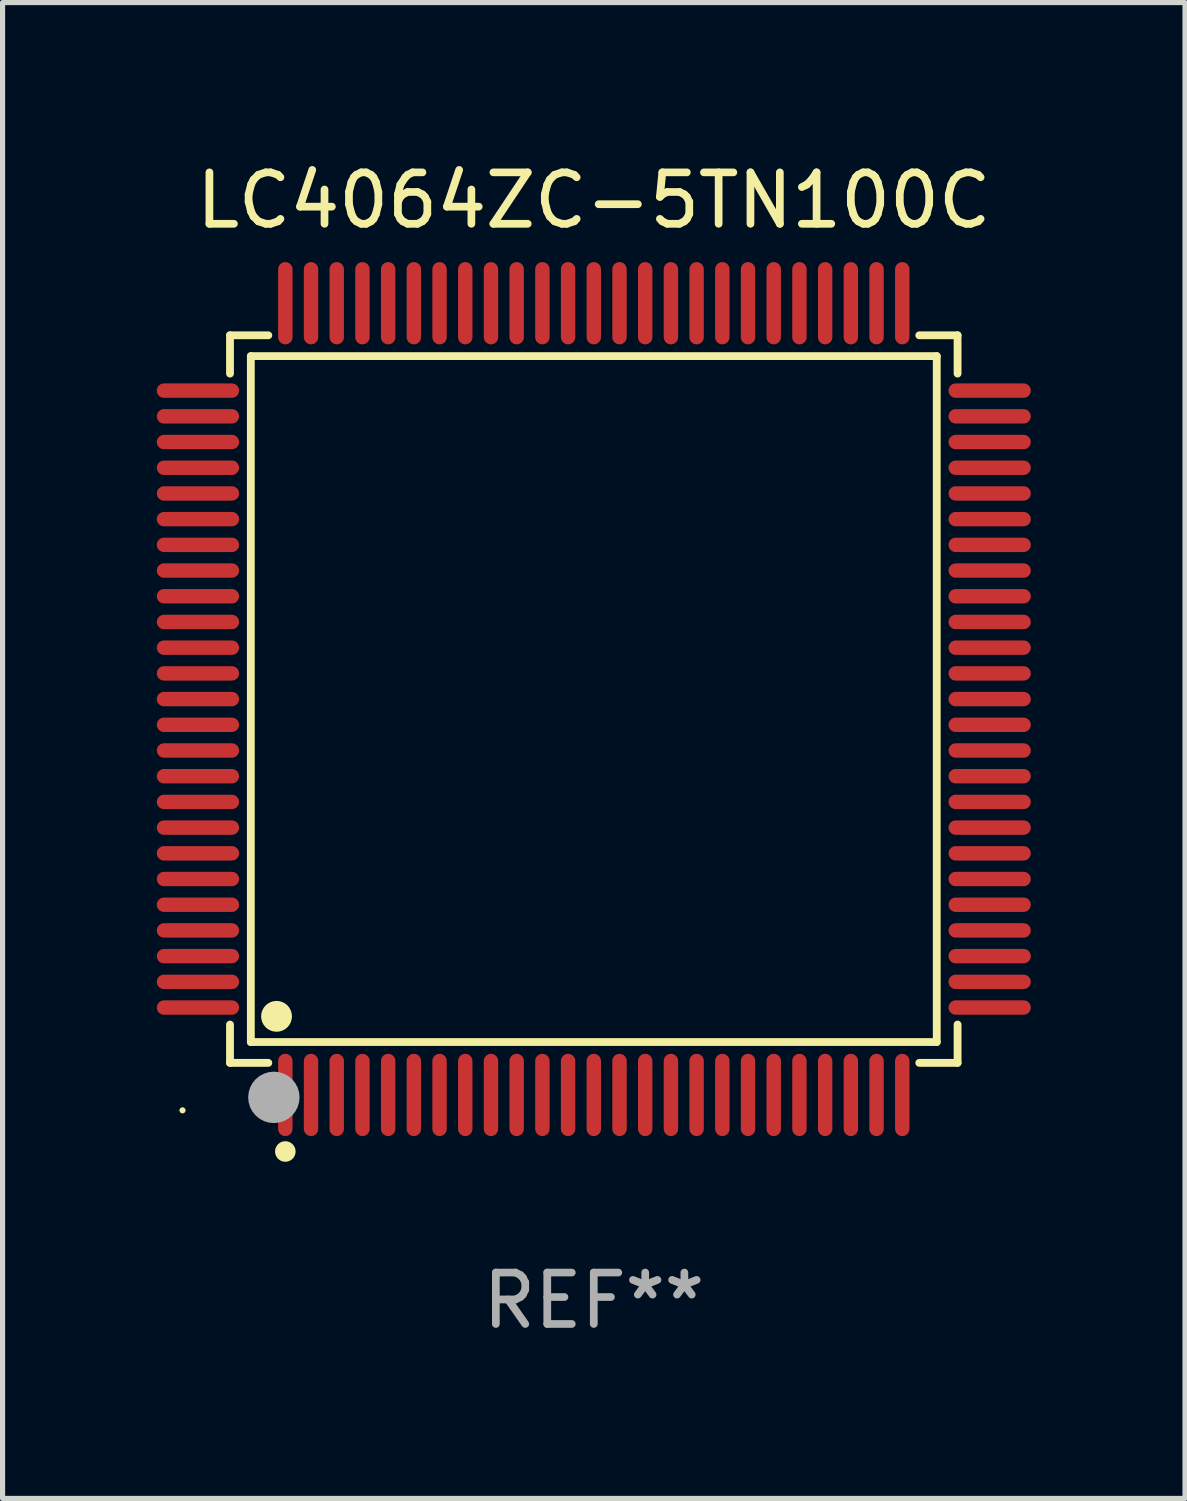
<source format=kicad_pcb>
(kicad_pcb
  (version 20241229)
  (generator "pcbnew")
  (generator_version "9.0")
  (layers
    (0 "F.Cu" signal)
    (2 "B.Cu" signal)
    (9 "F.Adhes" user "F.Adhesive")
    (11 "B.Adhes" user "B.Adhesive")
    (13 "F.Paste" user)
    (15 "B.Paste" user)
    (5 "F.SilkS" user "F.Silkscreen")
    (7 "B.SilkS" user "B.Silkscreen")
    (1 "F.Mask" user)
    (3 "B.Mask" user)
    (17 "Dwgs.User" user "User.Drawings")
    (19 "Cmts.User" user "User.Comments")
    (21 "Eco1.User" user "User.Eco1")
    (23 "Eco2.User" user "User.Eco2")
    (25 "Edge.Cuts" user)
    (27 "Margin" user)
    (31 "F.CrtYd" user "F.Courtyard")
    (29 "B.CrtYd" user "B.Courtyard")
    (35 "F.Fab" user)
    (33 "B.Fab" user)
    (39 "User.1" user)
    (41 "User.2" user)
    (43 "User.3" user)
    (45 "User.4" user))
  (footprint "LC4064ZC-5TN100C"
    (layer "F.Cu")
    (at 8.5 10.548)
    (property "Reference" "LC4064ZC-5TN100C" (at 0 -9.7 0) (layer "F.SilkS") (effects (font (size 1 1) (thickness 0.15))))
    (attr through_hole)
    (fp_line (start -7.076 -7.076) (end -6.331 -7.076) (stroke (width 0.152) (type solid)) (layer "F.SilkS"))
    (fp_line (start -7.076 -6.331) (end -7.076 -7.076) (stroke (width 0.152) (type solid)) (layer "F.SilkS"))
    (fp_line (start -7.076 6.331) (end -7.076 7.076) (stroke (width 0.152) (type solid)) (layer "F.SilkS"))
    (fp_line (start -7.076 7.076) (end -6.331 7.076) (stroke (width 0.152) (type solid)) (layer "F.SilkS"))
    (fp_line (start -6.671 -6.671) (end 6.671 -6.671) (stroke (width 0.152) (type solid)) (layer "F.SilkS"))
    (fp_line (start -6.671 6.671) (end -6.671 -6.671) (stroke (width 0.152) (type solid)) (layer "F.SilkS"))
    (fp_line (start 6.671 -6.671) (end 6.671 6.671) (stroke (width 0.152) (type solid)) (layer "F.SilkS"))
    (fp_line (start 6.671 6.671) (end -6.671 6.671) (stroke (width 0.152) (type solid)) (layer "F.SilkS"))
    (fp_line (start 7.076 -7.076) (end 6.331 -7.076) (stroke (width 0.152) (type solid)) (layer "F.SilkS"))
    (fp_line (start 7.076 -6.331) (end 7.076 -7.076) (stroke (width 0.152) (type solid)) (layer "F.SilkS"))
    (fp_line (start 7.076 6.331) (end 7.076 7.076) (stroke (width 0.152) (type solid)) (layer "F.SilkS"))
    (fp_line (start 7.076 7.076) (end 6.331 7.076) (stroke (width 0.152) (type solid)) (layer "F.SilkS"))
    (fp_circle (center -8 8) (end -7.97 8) (stroke (width 0.06) (type solid)) (fill no) (layer "F.SilkS"))
    (fp_circle (center -6.171 6.171) (end -6.021 6.171) (stroke (width 0.3) (type solid)) (fill no) (layer "F.SilkS"))
    (fp_circle (center -6 8.8) (end -5.9 8.8) (stroke (width 0.2) (type solid)) (fill no) (layer "F.SilkS"))
    (fp_circle (center -6.223 7.747) (end -5.973 7.747) (stroke (width 0.5) (type solid)) (fill no) (layer "F.Fab"))
    (fp_text user "REF**" (at 0 11.7 0) (layer "F.Fab") (effects (font (size 1 1) (thickness 0.15))))
    (pad "1" smd oval (at -6 7.7) (size 0.28 1.6) (layers "F.Cu" "F.Mask" "F.Paste"))
    (pad "2" smd oval (at -5.5 7.7) (size 0.28 1.6) (layers "F.Cu" "F.Mask" "F.Paste"))
    (pad "3" smd oval (at -5 7.7) (size 0.28 1.6) (layers "F.Cu" "F.Mask" "F.Paste"))
    (pad "4" smd oval (at -4.5 7.7) (size 0.28 1.6) (layers "F.Cu" "F.Mask" "F.Paste"))
    (pad "5" smd oval (at -4 7.7) (size 0.28 1.6) (layers "F.Cu" "F.Mask" "F.Paste"))
    (pad "6" smd oval (at -3.5 7.7) (size 0.28 1.6) (layers "F.Cu" "F.Mask" "F.Paste"))
    (pad "7" smd oval (at -3 7.7) (size 0.28 1.6) (layers "F.Cu" "F.Mask" "F.Paste"))
    (pad "8" smd oval (at -2.5 7.7) (size 0.28 1.6) (layers "F.Cu" "F.Mask" "F.Paste"))
    (pad "9" smd oval (at -2 7.7) (size 0.28 1.6) (layers "F.Cu" "F.Mask" "F.Paste"))
    (pad "10" smd oval (at -1.5 7.7) (size 0.28 1.6) (layers "F.Cu" "F.Mask" "F.Paste"))
    (pad "11" smd oval (at -1 7.7) (size 0.28 1.6) (layers "F.Cu" "F.Mask" "F.Paste"))
    (pad "12" smd oval (at -0.5 7.7) (size 0.28 1.6) (layers "F.Cu" "F.Mask" "F.Paste"))
    (pad "13" smd oval (at 0 7.7) (size 0.28 1.6) (layers "F.Cu" "F.Mask" "F.Paste"))
    (pad "14" smd oval (at 0.5 7.7) (size 0.28 1.6) (layers "F.Cu" "F.Mask" "F.Paste"))
    (pad "15" smd oval (at 1 7.7) (size 0.28 1.6) (layers "F.Cu" "F.Mask" "F.Paste"))
    (pad "16" smd oval (at 1.5 7.7) (size 0.28 1.6) (layers "F.Cu" "F.Mask" "F.Paste"))
    (pad "17" smd oval (at 2 7.7) (size 0.28 1.6) (layers "F.Cu" "F.Mask" "F.Paste"))
    (pad "18" smd oval (at 2.5 7.7) (size 0.28 1.6) (layers "F.Cu" "F.Mask" "F.Paste"))
    (pad "19" smd oval (at 3 7.7) (size 0.28 1.6) (layers "F.Cu" "F.Mask" "F.Paste"))
    (pad "20" smd oval (at 3.5 7.7) (size 0.28 1.6) (layers "F.Cu" "F.Mask" "F.Paste"))
    (pad "21" smd oval (at 4 7.7) (size 0.28 1.6) (layers "F.Cu" "F.Mask" "F.Paste"))
    (pad "22" smd oval (at 4.5 7.7) (size 0.28 1.6) (layers "F.Cu" "F.Mask" "F.Paste"))
    (pad "23" smd oval (at 5 7.7) (size 0.28 1.6) (layers "F.Cu" "F.Mask" "F.Paste"))
    (pad "24" smd oval (at 5.5 7.7) (size 0.28 1.6) (layers "F.Cu" "F.Mask" "F.Paste"))
    (pad "25" smd oval (at 6 7.7) (size 0.28 1.6) (layers "F.Cu" "F.Mask" "F.Paste"))
    (pad "26" smd oval (at 7.7 6) (size 1.6 0.28) (layers "F.Cu" "F.Mask" "F.Paste"))
    (pad "27" smd oval (at 7.7 5.5) (size 1.6 0.28) (layers "F.Cu" "F.Mask" "F.Paste"))
    (pad "28" smd oval (at 7.7 5) (size 1.6 0.28) (layers "F.Cu" "F.Mask" "F.Paste"))
    (pad "29" smd oval (at 7.7 4.5) (size 1.6 0.28) (layers "F.Cu" "F.Mask" "F.Paste"))
    (pad "30" smd oval (at 7.7 4) (size 1.6 0.28) (layers "F.Cu" "F.Mask" "F.Paste"))
    (pad "31" smd oval (at 7.7 3.5) (size 1.6 0.28) (layers "F.Cu" "F.Mask" "F.Paste"))
    (pad "32" smd oval (at 7.7 3) (size 1.6 0.28) (layers "F.Cu" "F.Mask" "F.Paste"))
    (pad "33" smd oval (at 7.7 2.5) (size 1.6 0.28) (layers "F.Cu" "F.Mask" "F.Paste"))
    (pad "34" smd oval (at 7.7 2) (size 1.6 0.28) (layers "F.Cu" "F.Mask" "F.Paste"))
    (pad "35" smd oval (at 7.7 1.5) (size 1.6 0.28) (layers "F.Cu" "F.Mask" "F.Paste"))
    (pad "36" smd oval (at 7.7 1) (size 1.6 0.28) (layers "F.Cu" "F.Mask" "F.Paste"))
    (pad "37" smd oval (at 7.7 0.5) (size 1.6 0.28) (layers "F.Cu" "F.Mask" "F.Paste"))
    (pad "38" smd oval (at 7.7 0) (size 1.6 0.28) (layers "F.Cu" "F.Mask" "F.Paste"))
    (pad "39" smd oval (at 7.7 -0.5) (size 1.6 0.28) (layers "F.Cu" "F.Mask" "F.Paste"))
    (pad "40" smd oval (at 7.7 -1) (size 1.6 0.28) (layers "F.Cu" "F.Mask" "F.Paste"))
    (pad "41" smd oval (at 7.7 -1.5) (size 1.6 0.28) (layers "F.Cu" "F.Mask" "F.Paste"))
    (pad "42" smd oval (at 7.7 -2) (size 1.6 0.28) (layers "F.Cu" "F.Mask" "F.Paste"))
    (pad "43" smd oval (at 7.7 -2.5) (size 1.6 0.28) (layers "F.Cu" "F.Mask" "F.Paste"))
    (pad "44" smd oval (at 7.7 -3) (size 1.6 0.28) (layers "F.Cu" "F.Mask" "F.Paste"))
    (pad "45" smd oval (at 7.7 -3.5) (size 1.6 0.28) (layers "F.Cu" "F.Mask" "F.Paste"))
    (pad "46" smd oval (at 7.7 -4) (size 1.6 0.28) (layers "F.Cu" "F.Mask" "F.Paste"))
    (pad "47" smd oval (at 7.7 -4.5) (size 1.6 0.28) (layers "F.Cu" "F.Mask" "F.Paste"))
    (pad "48" smd oval (at 7.7 -5) (size 1.6 0.28) (layers "F.Cu" "F.Mask" "F.Paste"))
    (pad "49" smd oval (at 7.7 -5.5) (size 1.6 0.28) (layers "F.Cu" "F.Mask" "F.Paste"))
    (pad "50" smd oval (at 7.7 -6) (size 1.6 0.28) (layers "F.Cu" "F.Mask" "F.Paste"))
    (pad "51" smd oval (at 6 -7.7) (size 0.28 1.6) (layers "F.Cu" "F.Mask" "F.Paste"))
    (pad "52" smd oval (at 5.5 -7.7) (size 0.28 1.6) (layers "F.Cu" "F.Mask" "F.Paste"))
    (pad "53" smd oval (at 5 -7.7) (size 0.28 1.6) (layers "F.Cu" "F.Mask" "F.Paste"))
    (pad "54" smd oval (at 4.5 -7.7) (size 0.28 1.6) (layers "F.Cu" "F.Mask" "F.Paste"))
    (pad "55" smd oval (at 4 -7.7) (size 0.28 1.6) (layers "F.Cu" "F.Mask" "F.Paste"))
    (pad "56" smd oval (at 3.5 -7.7) (size 0.28 1.6) (layers "F.Cu" "F.Mask" "F.Paste"))
    (pad "57" smd oval (at 3 -7.7) (size 0.28 1.6) (layers "F.Cu" "F.Mask" "F.Paste"))
    (pad "58" smd oval (at 2.5 -7.7) (size 0.28 1.6) (layers "F.Cu" "F.Mask" "F.Paste"))
    (pad "59" smd oval (at 2 -7.7) (size 0.28 1.6) (layers "F.Cu" "F.Mask" "F.Paste"))
    (pad "60" smd oval (at 1.5 -7.7) (size 0.28 1.6) (layers "F.Cu" "F.Mask" "F.Paste"))
    (pad "61" smd oval (at 1 -7.7) (size 0.28 1.6) (layers "F.Cu" "F.Mask" "F.Paste"))
    (pad "62" smd oval (at 0.5 -7.7) (size 0.28 1.6) (layers "F.Cu" "F.Mask" "F.Paste"))
    (pad "63" smd oval (at 0 -7.7) (size 0.28 1.6) (layers "F.Cu" "F.Mask" "F.Paste"))
    (pad "64" smd oval (at -0.5 -7.7) (size 0.28 1.6) (layers "F.Cu" "F.Mask" "F.Paste"))
    (pad "65" smd oval (at -1 -7.7) (size 0.28 1.6) (layers "F.Cu" "F.Mask" "F.Paste"))
    (pad "66" smd oval (at -1.5 -7.7) (size 0.28 1.6) (layers "F.Cu" "F.Mask" "F.Paste"))
    (pad "67" smd oval (at -2 -7.7) (size 0.28 1.6) (layers "F.Cu" "F.Mask" "F.Paste"))
    (pad "68" smd oval (at -2.5 -7.7) (size 0.28 1.6) (layers "F.Cu" "F.Mask" "F.Paste"))
    (pad "69" smd oval (at -3 -7.7) (size 0.28 1.6) (layers "F.Cu" "F.Mask" "F.Paste"))
    (pad "70" smd oval (at -3.5 -7.7) (size 0.28 1.6) (layers "F.Cu" "F.Mask" "F.Paste"))
    (pad "71" smd oval (at -4 -7.7) (size 0.28 1.6) (layers "F.Cu" "F.Mask" "F.Paste"))
    (pad "72" smd oval (at -4.5 -7.7) (size 0.28 1.6) (layers "F.Cu" "F.Mask" "F.Paste"))
    (pad "73" smd oval (at -5 -7.7) (size 0.28 1.6) (layers "F.Cu" "F.Mask" "F.Paste"))
    (pad "74" smd oval (at -5.5 -7.7) (size 0.28 1.6) (layers "F.Cu" "F.Mask" "F.Paste"))
    (pad "75" smd oval (at -6 -7.7) (size 0.28 1.6) (layers "F.Cu" "F.Mask" "F.Paste"))
    (pad "76" smd oval (at -7.7 -6) (size 1.6 0.28) (layers "F.Cu" "F.Mask" "F.Paste"))
    (pad "77" smd oval (at -7.7 -5.5) (size 1.6 0.28) (layers "F.Cu" "F.Mask" "F.Paste"))
    (pad "78" smd oval (at -7.7 -5) (size 1.6 0.28) (layers "F.Cu" "F.Mask" "F.Paste"))
    (pad "79" smd oval (at -7.7 -4.5) (size 1.6 0.28) (layers "F.Cu" "F.Mask" "F.Paste"))
    (pad "80" smd oval (at -7.7 -4) (size 1.6 0.28) (layers "F.Cu" "F.Mask" "F.Paste"))
    (pad "81" smd oval (at -7.7 -3.5) (size 1.6 0.28) (layers "F.Cu" "F.Mask" "F.Paste"))
    (pad "82" smd oval (at -7.7 -3) (size 1.6 0.28) (layers "F.Cu" "F.Mask" "F.Paste"))
    (pad "83" smd oval (at -7.7 -2.5) (size 1.6 0.28) (layers "F.Cu" "F.Mask" "F.Paste"))
    (pad "84" smd oval (at -7.7 -2) (size 1.6 0.28) (layers "F.Cu" "F.Mask" "F.Paste"))
    (pad "85" smd oval (at -7.7 -1.5) (size 1.6 0.28) (layers "F.Cu" "F.Mask" "F.Paste"))
    (pad "86" smd oval (at -7.7 -1) (size 1.6 0.28) (layers "F.Cu" "F.Mask" "F.Paste"))
    (pad "87" smd oval (at -7.7 -0.5) (size 1.6 0.28) (layers "F.Cu" "F.Mask" "F.Paste"))
    (pad "88" smd oval (at -7.7 0) (size 1.6 0.28) (layers "F.Cu" "F.Mask" "F.Paste"))
    (pad "89" smd oval (at -7.7 0.5) (size 1.6 0.28) (layers "F.Cu" "F.Mask" "F.Paste"))
    (pad "90" smd oval (at -7.7 1) (size 1.6 0.28) (layers "F.Cu" "F.Mask" "F.Paste"))
    (pad "91" smd oval (at -7.7 1.5) (size 1.6 0.28) (layers "F.Cu" "F.Mask" "F.Paste"))
    (pad "92" smd oval (at -7.7 2) (size 1.6 0.28) (layers "F.Cu" "F.Mask" "F.Paste"))
    (pad "93" smd oval (at -7.7 2.5) (size 1.6 0.28) (layers "F.Cu" "F.Mask" "F.Paste"))
    (pad "94" smd oval (at -7.7 3) (size 1.6 0.28) (layers "F.Cu" "F.Mask" "F.Paste"))
    (pad "95" smd oval (at -7.7 3.5) (size 1.6 0.28) (layers "F.Cu" "F.Mask" "F.Paste"))
    (pad "96" smd oval (at -7.7 4) (size 1.6 0.28) (layers "F.Cu" "F.Mask" "F.Paste"))
    (pad "97" smd oval (at -7.7 4.5) (size 1.6 0.28) (layers "F.Cu" "F.Mask" "F.Paste"))
    (pad "98" smd oval (at -7.7 5) (size 1.6 0.28) (layers "F.Cu" "F.Mask" "F.Paste"))
    (pad "99" smd oval (at -7.7 5.5) (size 1.6 0.28) (layers "F.Cu" "F.Mask" "F.Paste"))
    (pad "100" smd oval (at -7.7 6) (size 1.6 0.28) (layers "F.Cu" "F.Mask" "F.Paste")))
  (gr_rect
    (start -3 -3)
    (end 20 26.097)
    (stroke (width 0.1) (type default))
    (fill no)
    (layer "Edge.Cuts")))
</source>
